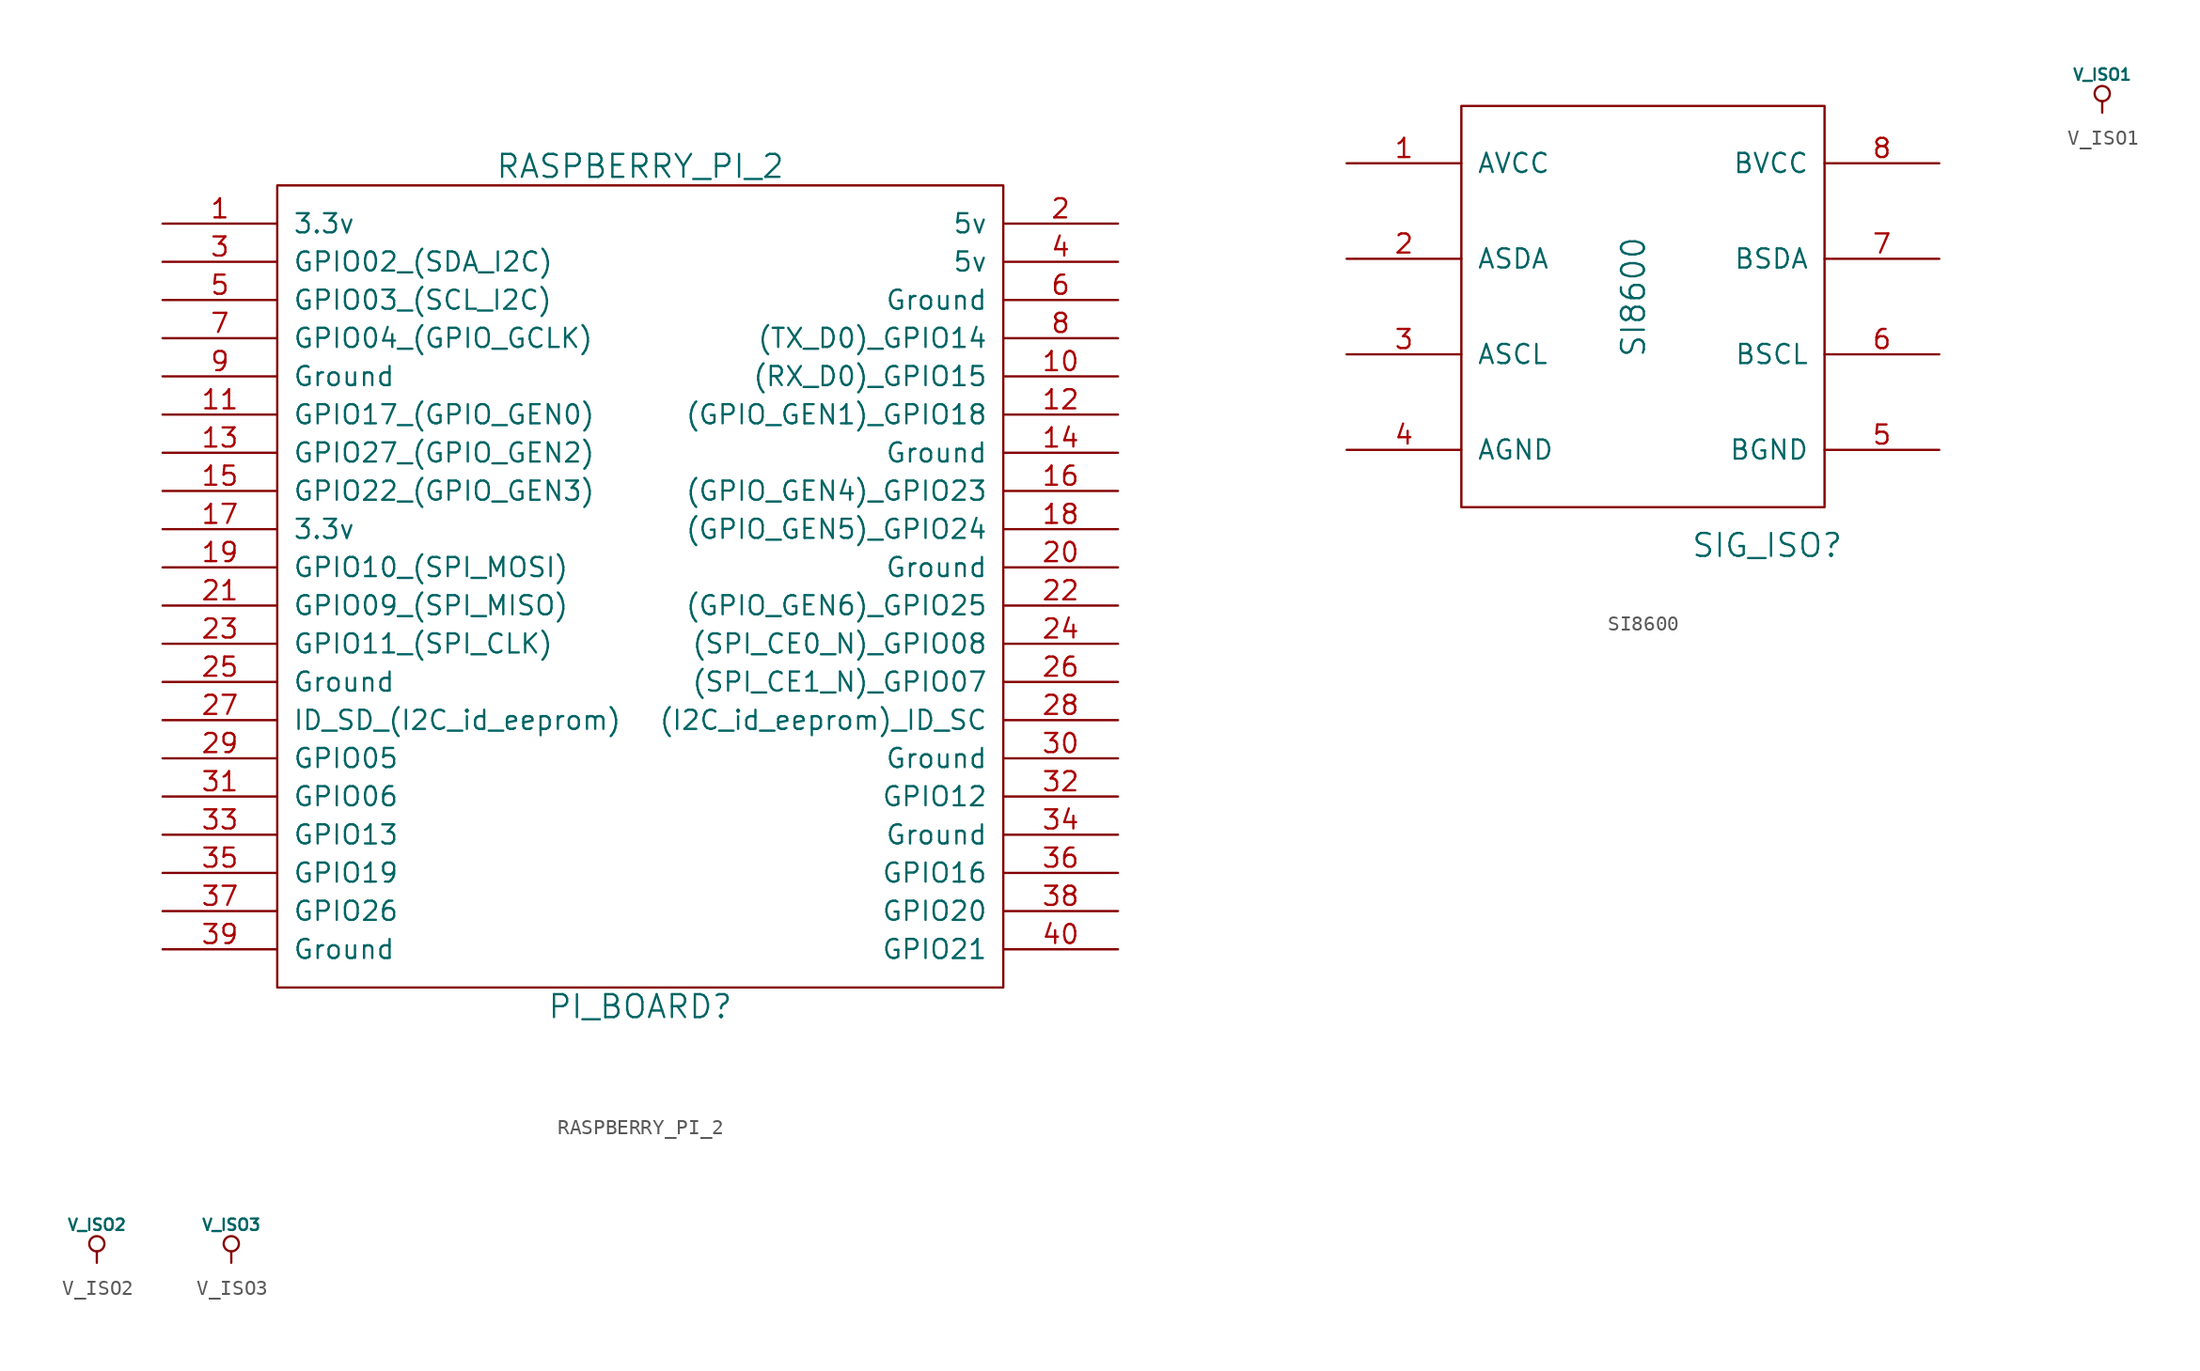
<source format=kicad_sym>
(kicad_symbol_lib
  (version 20211014)
  (generator kicad_symbol_editor)
  (symbol "RASPBERRY_PI_2"
    (pin_names
      (offset 1.016))
    (property "Reference" "PI_BOARD"
      (at 0 -29.21 0)
      (effects (font (size 1.524 1.524))))
    (property "Value" "RASPBERRY_PI_2"
      (at 0 26.67 0)
      (effects (font (size 1.524 1.524))))
    (property "Footprint" ""
      (at -13.97 2.54 0)
      (effects (font (size 1.524 1.524))))
    (property "Datasheet" ""
      (at -13.97 2.54 0)
      (effects (font (size 1.524 1.524))))
    (symbol "RASPBERRY_PI_2_0_1"
      (rectangle (start -24.13 25.4) (end 24.13 -27.94) (stroke (width 0) (type default) (color 0 0 0 0)) (fill (type none))))
    (symbol "RASPBERRY_PI_2_1_1"
      (pin power_out line (at -31.75 22.86 0) (length 7.62) (name "3.3v" (effects (font (size 1.27 1.27)))) (number "1" (effects (font (size 1.27 1.27)))))
      (pin bidirectional line (at 31.75 12.7 180) (length 7.62) (name "(RX_D0)_GPIO15" (effects (font (size 1.27 1.27)))) (number "10" (effects (font (size 1.27 1.27)))))
      (pin bidirectional line (at -31.75 10.16 0) (length 7.62) (name "GPIO17_(GPIO_GEN0)" (effects (font (size 1.27 1.27)))) (number "11" (effects (font (size 1.27 1.27)))))
      (pin bidirectional line (at 31.75 10.16 180) (length 7.62) (name "(GPIO_GEN1)_GPIO18" (effects (font (size 1.27 1.27)))) (number "12" (effects (font (size 1.27 1.27)))))
      (pin bidirectional line (at -31.75 7.62 0) (length 7.62) (name "GPIO27_(GPIO_GEN2)" (effects (font (size 1.27 1.27)))) (number "13" (effects (font (size 1.27 1.27)))))
      (pin power_out line (at 31.75 7.62 180) (length 7.62) (name "Ground" (effects (font (size 1.27 1.27)))) (number "14" (effects (font (size 1.27 1.27)))))
      (pin bidirectional line (at -31.75 5.08 0) (length 7.62) (name "GPIO22_(GPIO_GEN3)" (effects (font (size 1.27 1.27)))) (number "15" (effects (font (size 1.27 1.27)))))
      (pin bidirectional line (at 31.75 5.08 180) (length 7.62) (name "(GPIO_GEN4)_GPIO23" (effects (font (size 1.27 1.27)))) (number "16" (effects (font (size 1.27 1.27)))))
      (pin power_out line (at -31.75 2.54 0) (length 7.62) (name "3.3v" (effects (font (size 1.27 1.27)))) (number "17" (effects (font (size 1.27 1.27)))))
      (pin bidirectional line (at 31.75 2.54 180) (length 7.62) (name "(GPIO_GEN5)_GPIO24" (effects (font (size 1.27 1.27)))) (number "18" (effects (font (size 1.27 1.27)))))
      (pin bidirectional line (at -31.75 0 0) (length 7.62) (name "GPIO10_(SPI_MOSI)" (effects (font (size 1.27 1.27)))) (number "19" (effects (font (size 1.27 1.27)))))
      (pin power_out line (at 31.75 22.86 180) (length 7.62) (name "5v" (effects (font (size 1.27 1.27)))) (number "2" (effects (font (size 1.27 1.27)))))
      (pin power_out line (at 31.75 0 180) (length 7.62) (name "Ground" (effects (font (size 1.27 1.27)))) (number "20" (effects (font (size 1.27 1.27)))))
      (pin bidirectional line (at -31.75 -2.54 0) (length 7.62) (name "GPIO09_(SPI_MISO)" (effects (font (size 1.27 1.27)))) (number "21" (effects (font (size 1.27 1.27)))))
      (pin bidirectional line (at 31.75 -2.54 180) (length 7.62) (name "(GPIO_GEN6)_GPIO25" (effects (font (size 1.27 1.27)))) (number "22" (effects (font (size 1.27 1.27)))))
      (pin bidirectional line (at -31.75 -5.08 0) (length 7.62) (name "GPIO11_(SPI_CLK)" (effects (font (size 1.27 1.27)))) (number "23" (effects (font (size 1.27 1.27)))))
      (pin bidirectional line (at 31.75 -5.08 180) (length 7.62) (name "(SPI_CE0_N)_GPIO08" (effects (font (size 1.27 1.27)))) (number "24" (effects (font (size 1.27 1.27)))))
      (pin power_out line (at -31.75 -7.62 0) (length 7.62) (name "Ground" (effects (font (size 1.27 1.27)))) (number "25" (effects (font (size 1.27 1.27)))))
      (pin bidirectional line (at 31.75 -7.62 180) (length 7.62) (name "(SPI_CE1_N)_GPIO07" (effects (font (size 1.27 1.27)))) (number "26" (effects (font (size 1.27 1.27)))))
      (pin bidirectional line (at -31.75 -10.16 0) (length 7.62) (name "ID_SD_(I2C_id_eeprom)" (effects (font (size 1.27 1.27)))) (number "27" (effects (font (size 1.27 1.27)))))
      (pin bidirectional line (at 31.75 -10.16 180) (length 7.62) (name "(I2C_id_eeprom)_ID_SC" (effects (font (size 1.27 1.27)))) (number "28" (effects (font (size 1.27 1.27)))))
      (pin bidirectional line (at -31.75 -12.7 0) (length 7.62) (name "GPIO05" (effects (font (size 1.27 1.27)))) (number "29" (effects (font (size 1.27 1.27)))))
      (pin bidirectional line (at -31.75 20.32 0) (length 7.62) (name "GPIO02_(SDA_I2C)" (effects (font (size 1.27 1.27)))) (number "3" (effects (font (size 1.27 1.27)))))
      (pin power_out line (at 31.75 -12.7 180) (length 7.62) (name "Ground" (effects (font (size 1.27 1.27)))) (number "30" (effects (font (size 1.27 1.27)))))
      (pin bidirectional line (at -31.75 -15.24 0) (length 7.62) (name "GPIO06" (effects (font (size 1.27 1.27)))) (number "31" (effects (font (size 1.27 1.27)))))
      (pin bidirectional line (at 31.75 -15.24 180) (length 7.62) (name "GPIO12" (effects (font (size 1.27 1.27)))) (number "32" (effects (font (size 1.27 1.27)))))
      (pin bidirectional line (at -31.75 -17.78 0) (length 7.62) (name "GPIO13" (effects (font (size 1.27 1.27)))) (number "33" (effects (font (size 1.27 1.27)))))
      (pin power_out line (at 31.75 -17.78 180) (length 7.62) (name "Ground" (effects (font (size 1.27 1.27)))) (number "34" (effects (font (size 1.27 1.27)))))
      (pin bidirectional line (at -31.75 -20.32 0) (length 7.62) (name "GPIO19" (effects (font (size 1.27 1.27)))) (number "35" (effects (font (size 1.27 1.27)))))
      (pin bidirectional line (at 31.75 -20.32 180) (length 7.62) (name "GPIO16" (effects (font (size 1.27 1.27)))) (number "36" (effects (font (size 1.27 1.27)))))
      (pin bidirectional line (at -31.75 -22.86 0) (length 7.62) (name "GPIO26" (effects (font (size 1.27 1.27)))) (number "37" (effects (font (size 1.27 1.27)))))
      (pin bidirectional line (at 31.75 -22.86 180) (length 7.62) (name "GPIO20" (effects (font (size 1.27 1.27)))) (number "38" (effects (font (size 1.27 1.27)))))
      (pin power_out line (at -31.75 -25.4 0) (length 7.62) (name "Ground" (effects (font (size 1.27 1.27)))) (number "39" (effects (font (size 1.27 1.27)))))
      (pin power_out line (at 31.75 20.32 180) (length 7.62) (name "5v" (effects (font (size 1.27 1.27)))) (number "4" (effects (font (size 1.27 1.27)))))
      (pin bidirectional line (at 31.75 -25.4 180) (length 7.62) (name "GPIO21" (effects (font (size 1.27 1.27)))) (number "40" (effects (font (size 1.27 1.27)))))
      (pin bidirectional line (at -31.75 17.78 0) (length 7.62) (name "GPIO03_(SCL_I2C)" (effects (font (size 1.27 1.27)))) (number "5" (effects (font (size 1.27 1.27)))))
      (pin power_out line (at 31.75 17.78 180) (length 7.62) (name "Ground" (effects (font (size 1.27 1.27)))) (number "6" (effects (font (size 1.27 1.27)))))
      (pin bidirectional line (at -31.75 15.24 0) (length 7.62) (name "GPIO04_(GPIO_GCLK)" (effects (font (size 1.27 1.27)))) (number "7" (effects (font (size 1.27 1.27)))))
      (pin bidirectional line (at 31.75 15.24 180) (length 7.62) (name "(TX_D0)_GPIO14" (effects (font (size 1.27 1.27)))) (number "8" (effects (font (size 1.27 1.27)))))
      (pin power_out line (at -31.75 12.7 0) (length 7.62) (name "Ground" (effects (font (size 1.27 1.27)))) (number "9" (effects (font (size 1.27 1.27)))))))
  (symbol "SI8600"
    (pin_names
      (offset 1.016))
    (property "Reference" "SIG_ISO"
      (at 10.16 -15.24 0)
      (effects (font (size 1.524 1.524))))
    (property "Value" "SI8600"
      (at 1.27 1.27 90)
      (effects (font (size 1.524 1.524))))
    (property "Footprint" ""
      (at 0 0 0)
      (effects (font (size 1.524 1.524))))
    (property "Datasheet" ""
      (at 0 0 0)
      (effects (font (size 1.524 1.524))))
    (symbol "SI8600_0_1"
      (rectangle (start -10.16 13.97) (end 13.97 -12.7) (stroke (width 0) (type default) (color 0 0 0 0)) (fill (type none))))
    (symbol "SI8600_1_1"
      (pin input line (at -17.78 10.16 0) (length 7.62) (name "AVCC" (effects (font (size 1.27 1.27)))) (number "1" (effects (font (size 1.27 1.27)))))
      (pin input line (at -17.78 3.81 0) (length 7.62) (name "ASDA" (effects (font (size 1.27 1.27)))) (number "2" (effects (font (size 1.27 1.27)))))
      (pin input line (at -17.78 -2.54 0) (length 7.62) (name "ASCL" (effects (font (size 1.27 1.27)))) (number "3" (effects (font (size 1.27 1.27)))))
      (pin input line (at -17.78 -8.89 0) (length 7.62) (name "AGND" (effects (font (size 1.27 1.27)))) (number "4" (effects (font (size 1.27 1.27)))))
      (pin input line (at 21.59 -8.89 180) (length 7.62) (name "BGND" (effects (font (size 1.27 1.27)))) (number "5" (effects (font (size 1.27 1.27)))))
      (pin input line (at 21.59 -2.54 180) (length 7.62) (name "BSCL" (effects (font (size 1.27 1.27)))) (number "6" (effects (font (size 1.27 1.27)))))
      (pin input line (at 21.59 3.81 180) (length 7.62) (name "BSDA" (effects (font (size 1.27 1.27)))) (number "7" (effects (font (size 1.27 1.27)))))
      (pin input line (at 21.59 10.16 180) (length 7.62) (name "BVCC" (effects (font (size 1.27 1.27)))) (number "8" (effects (font (size 1.27 1.27)))))))
  (symbol "V_ISO1"
    (power)
    (pin_names
      (offset 0))
    (property "Reference" "#PWR_ISO1"
      (at 0 2.54 0)
      (effects (font (size 0.762 0.762)) hide))
    (property "Value" "V_ISO1"
      (at 0 2.54 0)
      (effects (font (size 0.762 0.762))))
    (property "Footprint" ""
      (at 0 0 0)
      (effects (font (size 1.524 1.524))))
    (property "Datasheet" ""
      (at 0 0 0)
      (effects (font (size 1.524 1.524))))
    (symbol "V_ISO1_0_0"
      (pin power_in line (at 0 0 90) (length 0) hide (name "V_ISO1" (effects (font (size 0.508 0.508)))) (number "1" (effects (font (size 0.508 0.508))))))
    (symbol "V_ISO1_0_1"
      (polyline (pts (xy 0 0) (xy 0 0.762) (xy 0 0.762)) (stroke (width 0) (type default) (color 0 0 0 0)) (fill (type none)))
      (circle (center 0 1.27) (radius 0.508) (stroke (width 0) (type default) (color 0 0 0 0)) (fill (type none)))))
  (symbol "V_ISO2"
    (power)
    (pin_names
      (offset 0))
    (property "Reference" "#PWR_ISO2"
      (at 0 2.54 0)
      (effects (font (size 0.762 0.762)) hide))
    (property "Value" "V_ISO2"
      (at 0 2.54 0)
      (effects (font (size 0.762 0.762))))
    (property "Footprint" ""
      (at 0 0 0)
      (effects (font (size 1.524 1.524))))
    (property "Datasheet" ""
      (at 0 0 0)
      (effects (font (size 1.524 1.524))))
    (symbol "V_ISO2_0_0"
      (pin power_in line (at 0 0 90) (length 0) hide (name "V_ISO2" (effects (font (size 0.508 0.508)))) (number "1" (effects (font (size 0.508 0.508))))))
    (symbol "V_ISO2_0_1"
      (polyline (pts (xy 0 0) (xy 0 0.762) (xy 0 0.762)) (stroke (width 0) (type default) (color 0 0 0 0)) (fill (type none)))
      (circle (center 0 1.27) (radius 0.508) (stroke (width 0) (type default) (color 0 0 0 0)) (fill (type none)))))
  (symbol "V_ISO3"
    (power)
    (pin_names
      (offset 0))
    (property "Reference" "#PWR_ISO3"
      (at 0 2.54 0)
      (effects (font (size 0.762 0.762)) hide))
    (property "Value" "V_ISO3"
      (at 0 2.54 0)
      (effects (font (size 0.762 0.762))))
    (property "Footprint" ""
      (at 0 0 0)
      (effects (font (size 1.524 1.524))))
    (property "Datasheet" ""
      (at 0 0 0)
      (effects (font (size 1.524 1.524))))
    (symbol "V_ISO3_0_0"
      (pin power_in line (at 0 0 90) (length 0) hide (name "V_ISO3" (effects (font (size 0.508 0.508)))) (number "1" (effects (font (size 0.508 0.508))))))
    (symbol "V_ISO3_0_1"
      (polyline (pts (xy 0 0) (xy 0 0.762) (xy 0 0.762)) (stroke (width 0) (type default) (color 0 0 0 0)) (fill (type none)))
      (circle (center 0 1.27) (radius 0.508) (stroke (width 0) (type default) (color 0 0 0 0)) (fill (type none))))))
</source>
